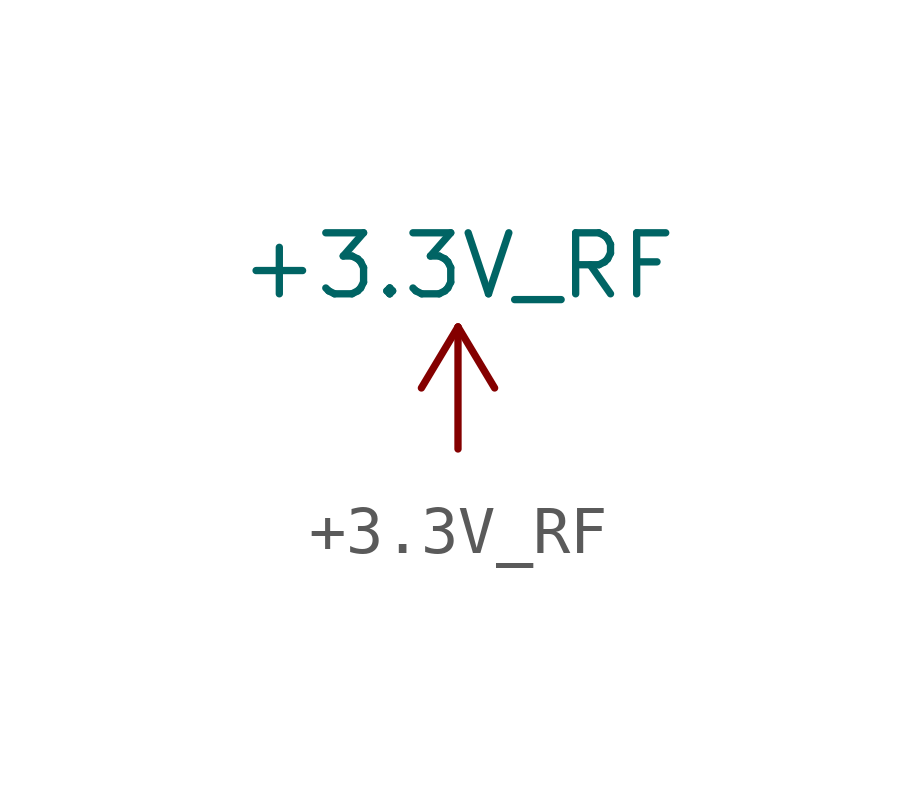
<source format=kicad_sym>
(kicad_symbol_lib
  (version 20211014)
  (generator kicad_symbol_editor)
  (symbol "+3.3V_RF"
    (power)
    (property "Reference" "#PWR"
      (at 3.81 1.27 0)
      (effects (font (size 1.27 1.27)) hide))
    (property "Value" "+3.3V_RF"
      (at 0 3.81 0)
      (effects (font (size 1.27 1.27))))
    (symbol "+3.3V_RF_0_0"
      (pin power_in line (at 0 0 90) (length 0) hide (name "+3.3V_RF" (effects (font (size 1.27 1.27)))) (number "1" (effects (font (size 1.27 1.27))))))
    (symbol "+3.3V_RF_0_1"
      (polyline (pts (xy -0.762 1.27) (xy 0 2.54)) (stroke (width 0) (type default) (color 0 0 0 0)) (fill (type none)))
      (polyline (pts (xy 0 0) (xy 0 2.54)) (stroke (width 0) (type default) (color 0 0 0 0)) (fill (type none)))
      (polyline (pts (xy 0 2.54) (xy 0.762 1.27)) (stroke (width 0) (type default) (color 0 0 0 0)) (fill (type none))))))
</source>
